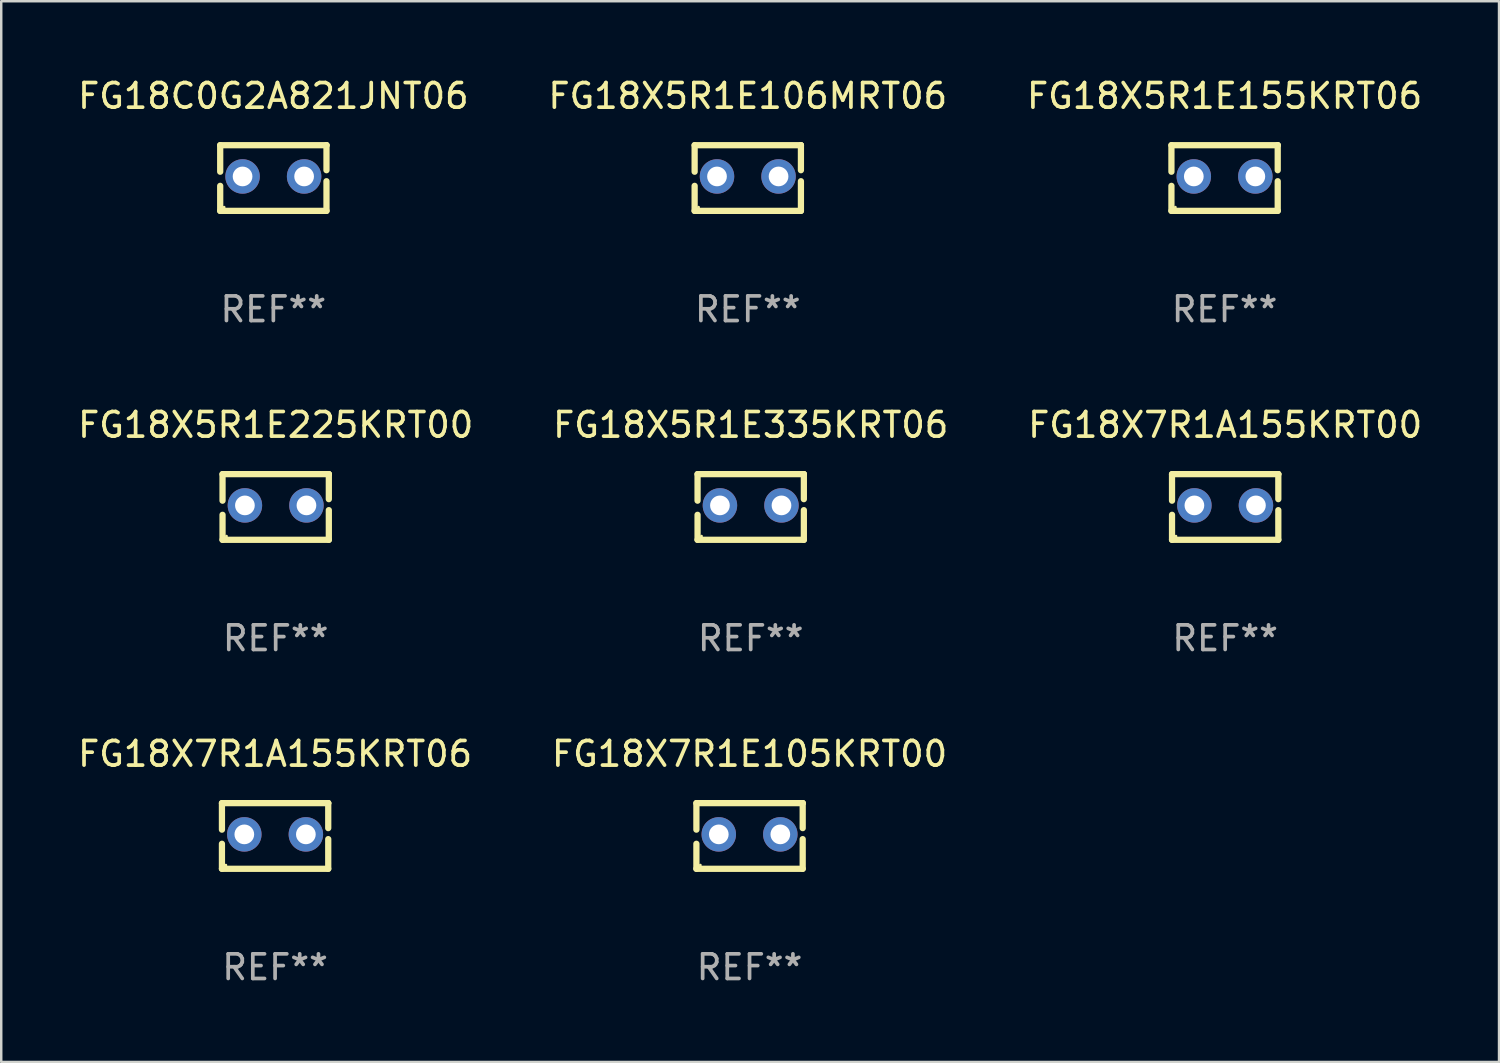
<source format=kicad_pcb>
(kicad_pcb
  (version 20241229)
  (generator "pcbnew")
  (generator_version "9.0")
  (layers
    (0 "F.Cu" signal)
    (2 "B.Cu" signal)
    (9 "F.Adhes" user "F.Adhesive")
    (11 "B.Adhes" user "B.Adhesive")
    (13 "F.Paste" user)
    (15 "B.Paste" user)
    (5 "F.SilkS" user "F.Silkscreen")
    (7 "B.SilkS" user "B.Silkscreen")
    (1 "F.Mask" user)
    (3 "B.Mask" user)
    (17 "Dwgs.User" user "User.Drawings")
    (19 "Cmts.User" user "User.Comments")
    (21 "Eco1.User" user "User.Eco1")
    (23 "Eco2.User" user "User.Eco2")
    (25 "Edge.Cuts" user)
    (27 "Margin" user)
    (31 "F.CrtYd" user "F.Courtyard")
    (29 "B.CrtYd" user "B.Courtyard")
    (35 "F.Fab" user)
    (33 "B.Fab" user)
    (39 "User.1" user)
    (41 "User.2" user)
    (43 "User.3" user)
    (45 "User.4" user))
  (footprint "FG18X5R1E225KRT00"
    (layer "F.Cu")
    (at 8.149 17.545)
    (property "Reference" "FG18X5R1E225KRT00" (at 0 -3.334 0) (layer "F.SilkS") (effects (font (size 1 1) (thickness 0.15))))
    (attr through_hole)
    (fp_line (start -2.159 -1.334) (end 2.159 -1.334) (stroke (width 0.254) (type solid)) (layer "F.SilkS"))
    (fp_line (start -2.159 -0.256) (end -2.159 -1.334) (stroke (width 0.254) (type solid)) (layer "F.SilkS"))
    (fp_line (start -2.159 1.334) (end -2.159 0.318) (stroke (width 0.254) (type solid)) (layer "F.SilkS"))
    (fp_line (start 2.159 -1.334) (end 2.159 -1.334) (stroke (width 0.254) (type solid)) (layer "F.SilkS"))
    (fp_line (start 2.159 -1.334) (end 2.159 -0.318) (stroke (width 0.254) (type solid)) (layer "F.SilkS"))
    (fp_line (start 2.159 0.129) (end 2.159 1.334) (stroke (width 0.254) (type solid)) (layer "F.SilkS"))
    (fp_line (start 2.159 1.334) (end -2.159 1.334) (stroke (width 0.254) (type solid)) (layer "F.SilkS"))
    (fp_circle (center -2 1.186) (end -1.97 1.186) (stroke (width 0.06) (type solid)) (fill no) (layer "F.SilkS"))
    (fp_text user "REF**" (at 0 5.334 0) (layer "F.Fab") (effects (font (size 1 1) (thickness 0.15))))
    (pad "1" thru_hole circle (at -1.25 -0.064) (size 1.4 1.4) (drill 0.8) (layers "*.Cu" "*.Mask"))
    (pad "2" thru_hole circle (at 1.25 -0.064) (size 1.4 1.4) (drill 0.8) (layers "*.Cu" "*.Mask")))
  (footprint "FG18C0G2A821JNT06"
    (layer "F.Cu")
    (at 8.054 4.182)
    (property "Reference" "FG18C0G2A821JNT06" (at 0 -3.334 0) (layer "F.SilkS") (effects (font (size 1 1) (thickness 0.15))))
    (attr through_hole)
    (fp_line (start -2.159 -1.334) (end 2.159 -1.334) (stroke (width 0.254) (type solid)) (layer "F.SilkS"))
    (fp_line (start -2.159 -0.256) (end -2.159 -1.334) (stroke (width 0.254) (type solid)) (layer "F.SilkS"))
    (fp_line (start -2.159 1.334) (end -2.159 0.318) (stroke (width 0.254) (type solid)) (layer "F.SilkS"))
    (fp_line (start 2.159 -1.334) (end 2.159 -1.334) (stroke (width 0.254) (type solid)) (layer "F.SilkS"))
    (fp_line (start 2.159 -1.334) (end 2.159 -0.318) (stroke (width 0.254) (type solid)) (layer "F.SilkS"))
    (fp_line (start 2.159 0.129) (end 2.159 1.334) (stroke (width 0.254) (type solid)) (layer "F.SilkS"))
    (fp_line (start 2.159 1.334) (end -2.159 1.334) (stroke (width 0.254) (type solid)) (layer "F.SilkS"))
    (fp_circle (center -2 1.186) (end -1.97 1.186) (stroke (width 0.06) (type solid)) (fill no) (layer "F.SilkS"))
    (fp_text user "REF**" (at 0 5.334 0) (layer "F.Fab") (effects (font (size 1 1) (thickness 0.15))))
    (pad "1" thru_hole circle (at -1.25 -0.064) (size 1.4 1.4) (drill 0.8) (layers "*.Cu" "*.Mask"))
    (pad "2" thru_hole circle (at 1.25 -0.064) (size 1.4 1.4) (drill 0.8) (layers "*.Cu" "*.Mask")))
  (footprint "FG18X7R1E105KRT00"
    (layer "F.Cu")
    (at 27.399 30.909)
    (property "Reference" "FG18X7R1E105KRT00" (at 0 -3.334 0) (layer "F.SilkS") (effects (font (size 1 1) (thickness 0.15))))
    (attr through_hole)
    (fp_line (start -2.159 -1.334) (end 2.159 -1.334) (stroke (width 0.254) (type solid)) (layer "F.SilkS"))
    (fp_line (start -2.159 -0.256) (end -2.159 -1.334) (stroke (width 0.254) (type solid)) (layer "F.SilkS"))
    (fp_line (start -2.159 1.334) (end -2.159 0.318) (stroke (width 0.254) (type solid)) (layer "F.SilkS"))
    (fp_line (start 2.159 -1.334) (end 2.159 -1.334) (stroke (width 0.254) (type solid)) (layer "F.SilkS"))
    (fp_line (start 2.159 -1.334) (end 2.159 -0.318) (stroke (width 0.254) (type solid)) (layer "F.SilkS"))
    (fp_line (start 2.159 0.129) (end 2.159 1.334) (stroke (width 0.254) (type solid)) (layer "F.SilkS"))
    (fp_line (start 2.159 1.334) (end -2.159 1.334) (stroke (width 0.254) (type solid)) (layer "F.SilkS"))
    (fp_circle (center -2 1.186) (end -1.97 1.186) (stroke (width 0.06) (type solid)) (fill no) (layer "F.SilkS"))
    (fp_text user "REF**" (at 0 5.334 0) (layer "F.Fab") (effects (font (size 1 1) (thickness 0.15))))
    (pad "1" thru_hole circle (at -1.25 -0.064) (size 1.4 1.4) (drill 0.8) (layers "*.Cu" "*.Mask"))
    (pad "2" thru_hole circle (at 1.25 -0.064) (size 1.4 1.4) (drill 0.8) (layers "*.Cu" "*.Mask")))
  (footprint "FG18X7R1A155KRT06"
    (layer "F.Cu")
    (at 8.125 30.909)
    (property "Reference" "FG18X7R1A155KRT06" (at 0 -3.334 0) (layer "F.SilkS") (effects (font (size 1 1) (thickness 0.15))))
    (attr through_hole)
    (fp_line (start -2.159 -1.334) (end 2.159 -1.334) (stroke (width 0.254) (type solid)) (layer "F.SilkS"))
    (fp_line (start -2.159 -0.256) (end -2.159 -1.334) (stroke (width 0.254) (type solid)) (layer "F.SilkS"))
    (fp_line (start -2.159 1.334) (end -2.159 0.318) (stroke (width 0.254) (type solid)) (layer "F.SilkS"))
    (fp_line (start 2.159 -1.334) (end 2.159 -1.334) (stroke (width 0.254) (type solid)) (layer "F.SilkS"))
    (fp_line (start 2.159 -1.334) (end 2.159 -0.318) (stroke (width 0.254) (type solid)) (layer "F.SilkS"))
    (fp_line (start 2.159 0.129) (end 2.159 1.334) (stroke (width 0.254) (type solid)) (layer "F.SilkS"))
    (fp_line (start 2.159 1.334) (end -2.159 1.334) (stroke (width 0.254) (type solid)) (layer "F.SilkS"))
    (fp_circle (center -2 1.186) (end -1.97 1.186) (stroke (width 0.06) (type solid)) (fill no) (layer "F.SilkS"))
    (fp_text user "REF**" (at 0 5.334 0) (layer "F.Fab") (effects (font (size 1 1) (thickness 0.15))))
    (pad "1" thru_hole circle (at -1.25 -0.064) (size 1.4 1.4) (drill 0.8) (layers "*.Cu" "*.Mask"))
    (pad "2" thru_hole circle (at 1.25 -0.064) (size 1.4 1.4) (drill 0.8) (layers "*.Cu" "*.Mask")))
  (footprint "FG18X5R1E335KRT06"
    (layer "F.Cu")
    (at 27.446 17.545)
    (property "Reference" "FG18X5R1E335KRT06" (at 0 -3.334 0) (layer "F.SilkS") (effects (font (size 1 1) (thickness 0.15))))
    (attr through_hole)
    (fp_line (start -2.159 -1.334) (end 2.159 -1.334) (stroke (width 0.254) (type solid)) (layer "F.SilkS"))
    (fp_line (start -2.159 -0.256) (end -2.159 -1.334) (stroke (width 0.254) (type solid)) (layer "F.SilkS"))
    (fp_line (start -2.159 1.334) (end -2.159 0.318) (stroke (width 0.254) (type solid)) (layer "F.SilkS"))
    (fp_line (start 2.159 -1.334) (end 2.159 -1.334) (stroke (width 0.254) (type solid)) (layer "F.SilkS"))
    (fp_line (start 2.159 -1.334) (end 2.159 -0.318) (stroke (width 0.254) (type solid)) (layer "F.SilkS"))
    (fp_line (start 2.159 0.129) (end 2.159 1.334) (stroke (width 0.254) (type solid)) (layer "F.SilkS"))
    (fp_line (start 2.159 1.334) (end -2.159 1.334) (stroke (width 0.254) (type solid)) (layer "F.SilkS"))
    (fp_circle (center -2 1.186) (end -1.97 1.186) (stroke (width 0.06) (type solid)) (fill no) (layer "F.SilkS"))
    (fp_text user "REF**" (at 0 5.334 0) (layer "F.Fab") (effects (font (size 1 1) (thickness 0.15))))
    (pad "1" thru_hole circle (at -1.25 -0.064) (size 1.4 1.4) (drill 0.8) (layers "*.Cu" "*.Mask"))
    (pad "2" thru_hole circle (at 1.25 -0.064) (size 1.4 1.4) (drill 0.8) (layers "*.Cu" "*.Mask")))
  (footprint "FG18X7R1A155KRT00"
    (layer "F.Cu")
    (at 46.72 17.545)
    (property "Reference" "FG18X7R1A155KRT00" (at 0 -3.334 0) (layer "F.SilkS") (effects (font (size 1 1) (thickness 0.15))))
    (attr through_hole)
    (fp_line (start -2.159 -1.334) (end 2.159 -1.334) (stroke (width 0.254) (type solid)) (layer "F.SilkS"))
    (fp_line (start -2.159 -0.256) (end -2.159 -1.334) (stroke (width 0.254) (type solid)) (layer "F.SilkS"))
    (fp_line (start -2.159 1.334) (end -2.159 0.318) (stroke (width 0.254) (type solid)) (layer "F.SilkS"))
    (fp_line (start 2.159 -1.334) (end 2.159 -1.334) (stroke (width 0.254) (type solid)) (layer "F.SilkS"))
    (fp_line (start 2.159 -1.334) (end 2.159 -0.318) (stroke (width 0.254) (type solid)) (layer "F.SilkS"))
    (fp_line (start 2.159 0.129) (end 2.159 1.334) (stroke (width 0.254) (type solid)) (layer "F.SilkS"))
    (fp_line (start 2.159 1.334) (end -2.159 1.334) (stroke (width 0.254) (type solid)) (layer "F.SilkS"))
    (fp_circle (center -2 1.186) (end -1.97 1.186) (stroke (width 0.06) (type solid)) (fill no) (layer "F.SilkS"))
    (fp_text user "REF**" (at 0 5.334 0) (layer "F.Fab") (effects (font (size 1 1) (thickness 0.15))))
    (pad "1" thru_hole circle (at -1.25 -0.064) (size 1.4 1.4) (drill 0.8) (layers "*.Cu" "*.Mask"))
    (pad "2" thru_hole circle (at 1.25 -0.064) (size 1.4 1.4) (drill 0.8) (layers "*.Cu" "*.Mask")))
  (footprint "FG18X5R1E155KRT06"
    (layer "F.Cu")
    (at 46.696 4.182)
    (property "Reference" "FG18X5R1E155KRT06" (at 0 -3.334 0) (layer "F.SilkS") (effects (font (size 1 1) (thickness 0.15))))
    (attr through_hole)
    (fp_line (start -2.159 -1.334) (end 2.159 -1.334) (stroke (width 0.254) (type solid)) (layer "F.SilkS"))
    (fp_line (start -2.159 -0.256) (end -2.159 -1.334) (stroke (width 0.254) (type solid)) (layer "F.SilkS"))
    (fp_line (start -2.159 1.334) (end -2.159 0.318) (stroke (width 0.254) (type solid)) (layer "F.SilkS"))
    (fp_line (start 2.159 -1.334) (end 2.159 -1.334) (stroke (width 0.254) (type solid)) (layer "F.SilkS"))
    (fp_line (start 2.159 -1.334) (end 2.159 -0.318) (stroke (width 0.254) (type solid)) (layer "F.SilkS"))
    (fp_line (start 2.159 0.129) (end 2.159 1.334) (stroke (width 0.254) (type solid)) (layer "F.SilkS"))
    (fp_line (start 2.159 1.334) (end -2.159 1.334) (stroke (width 0.254) (type solid)) (layer "F.SilkS"))
    (fp_circle (center -2 1.186) (end -1.97 1.186) (stroke (width 0.06) (type solid)) (fill no) (layer "F.SilkS"))
    (fp_text user "REF**" (at 0 5.334 0) (layer "F.Fab") (effects (font (size 1 1) (thickness 0.15))))
    (pad "1" thru_hole circle (at -1.25 -0.064) (size 1.4 1.4) (drill 0.8) (layers "*.Cu" "*.Mask"))
    (pad "2" thru_hole circle (at 1.25 -0.064) (size 1.4 1.4) (drill 0.8) (layers "*.Cu" "*.Mask")))
  (footprint "FG18X5R1E106MRT06"
    (layer "F.Cu")
    (at 27.327 4.182)
    (property "Reference" "FG18X5R1E106MRT06" (at 0 -3.334 0) (layer "F.SilkS") (effects (font (size 1 1) (thickness 0.15))))
    (attr through_hole)
    (fp_line (start -2.159 -1.334) (end 2.159 -1.334) (stroke (width 0.254) (type solid)) (layer "F.SilkS"))
    (fp_line (start -2.159 -0.256) (end -2.159 -1.334) (stroke (width 0.254) (type solid)) (layer "F.SilkS"))
    (fp_line (start -2.159 1.334) (end -2.159 0.318) (stroke (width 0.254) (type solid)) (layer "F.SilkS"))
    (fp_line (start 2.159 -1.334) (end 2.159 -1.334) (stroke (width 0.254) (type solid)) (layer "F.SilkS"))
    (fp_line (start 2.159 -1.334) (end 2.159 -0.318) (stroke (width 0.254) (type solid)) (layer "F.SilkS"))
    (fp_line (start 2.159 0.129) (end 2.159 1.334) (stroke (width 0.254) (type solid)) (layer "F.SilkS"))
    (fp_line (start 2.159 1.334) (end -2.159 1.334) (stroke (width 0.254) (type solid)) (layer "F.SilkS"))
    (fp_circle (center -2 1.186) (end -1.97 1.186) (stroke (width 0.06) (type solid)) (fill no) (layer "F.SilkS"))
    (fp_text user "REF**" (at 0 5.334 0) (layer "F.Fab") (effects (font (size 1 1) (thickness 0.15))))
    (pad "1" thru_hole circle (at -1.25 -0.064) (size 1.4 1.4) (drill 0.8) (layers "*.Cu" "*.Mask"))
    (pad "2" thru_hole circle (at 1.25 -0.064) (size 1.4 1.4) (drill 0.8) (layers "*.Cu" "*.Mask")))
  (gr_rect
    (start -3 -3)
    (end 57.845 40.091)
    (stroke (width 0.1) (type default))
    (fill no)
    (layer "Edge.Cuts")))
</source>
